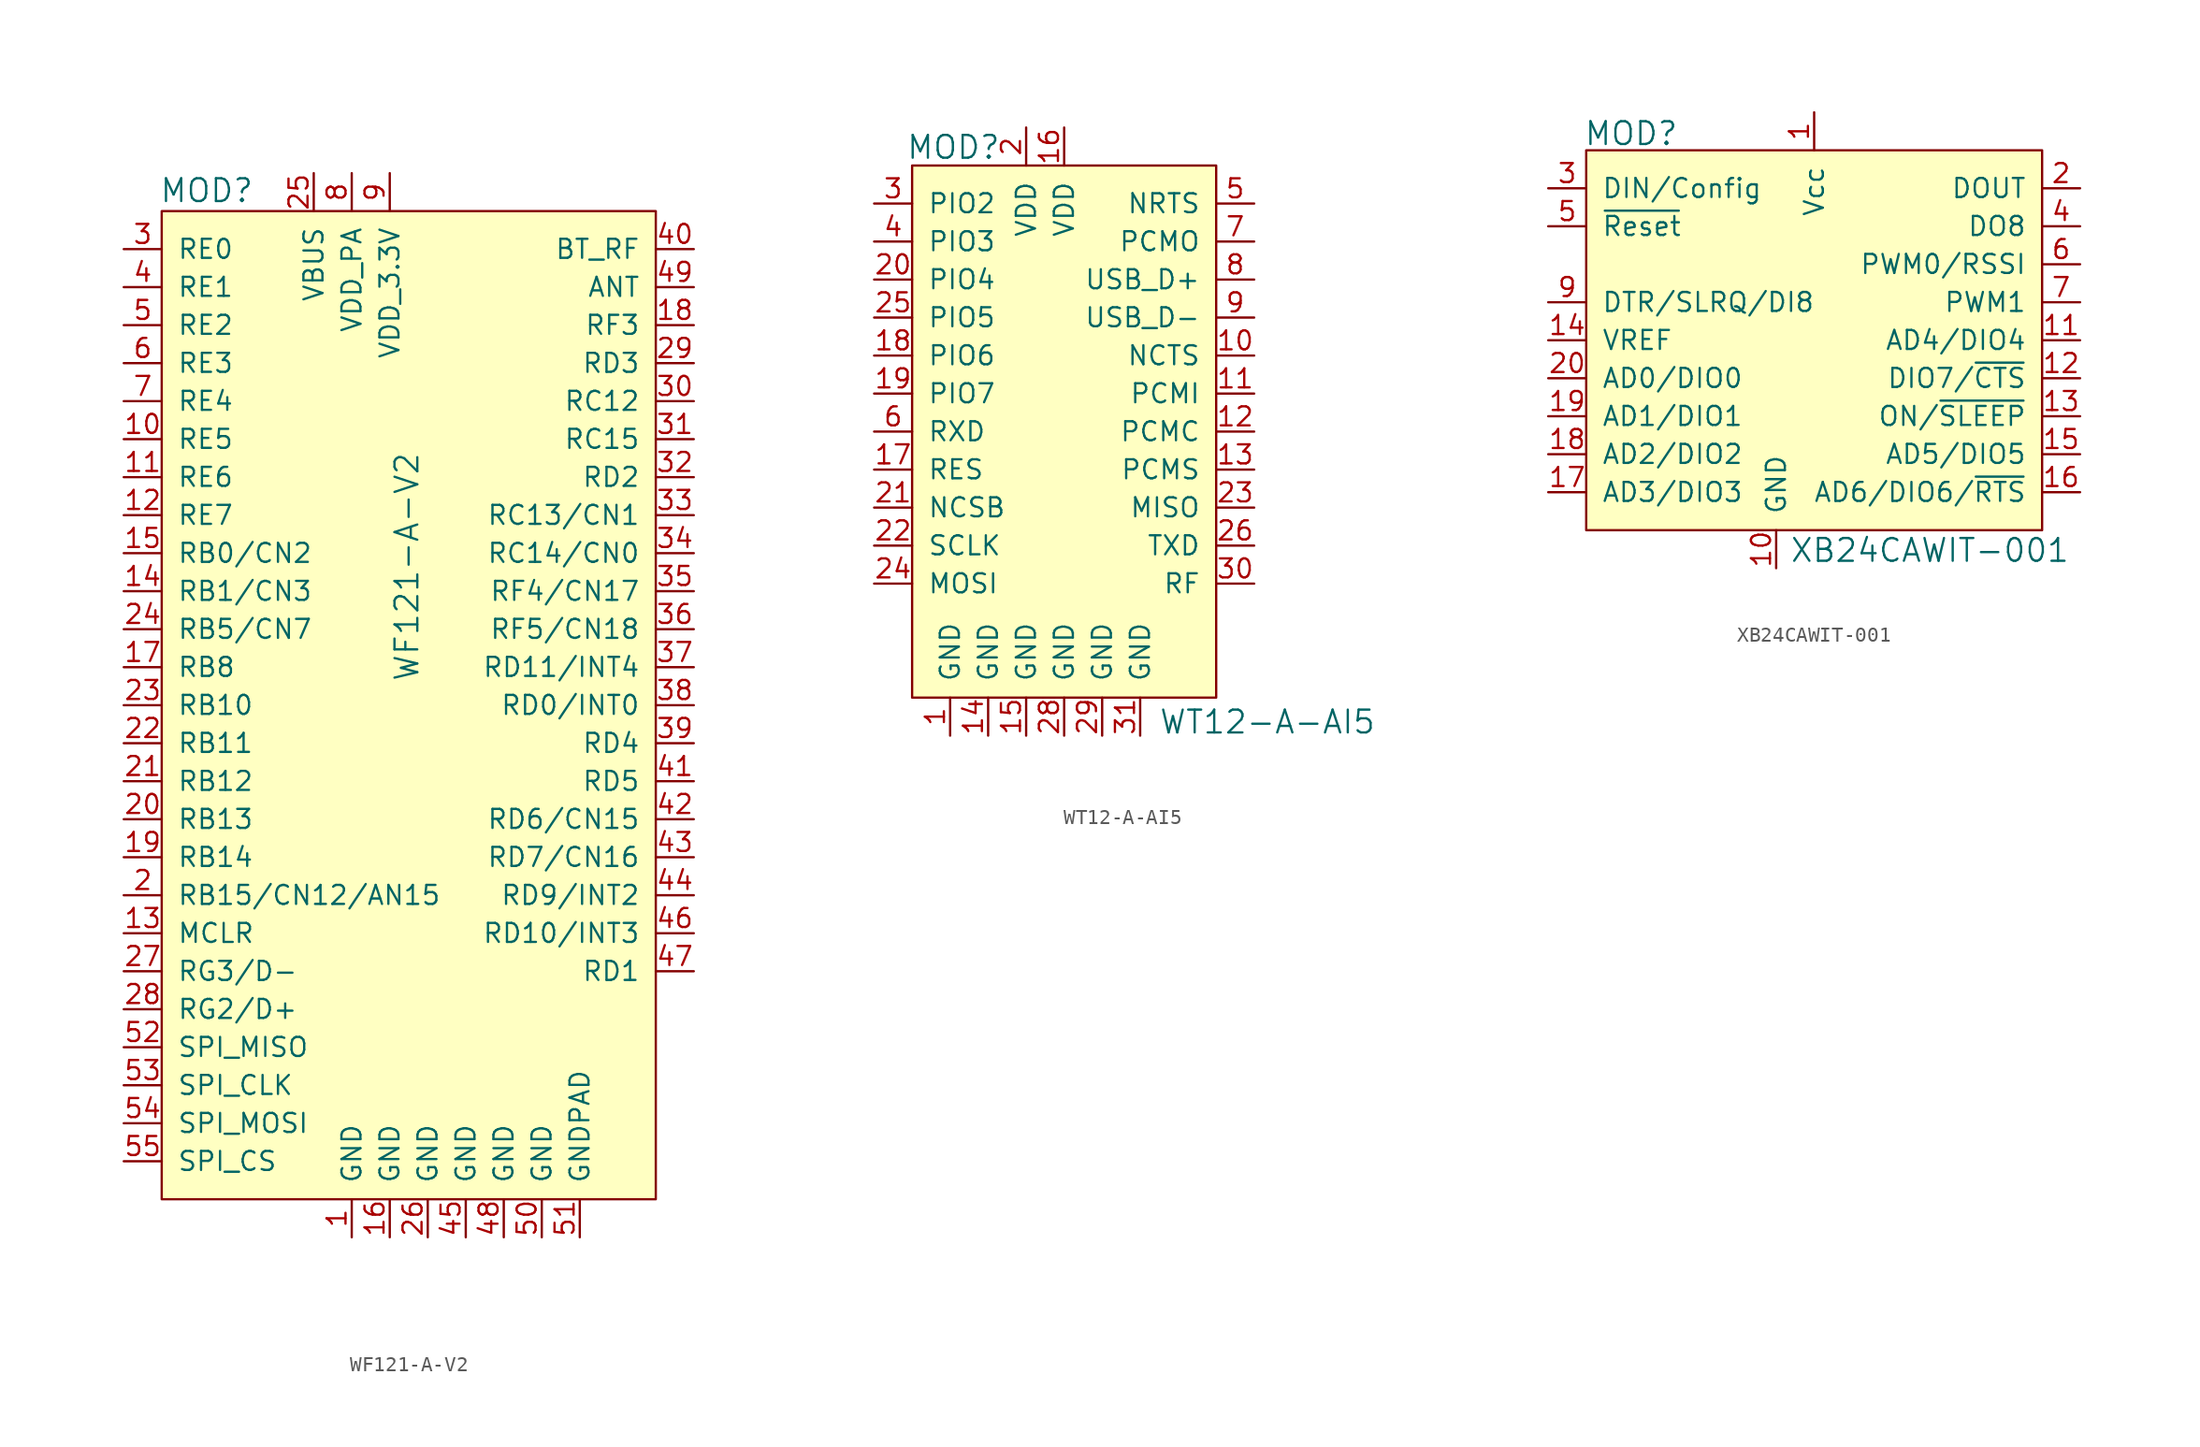
<source format=kicad_sym>
(kicad_symbol_lib
  (version 20231120)
  (generator "kicad_symbol_editor")
  (generator_version "8.0")
  (symbol "WF121-A-V2"
    (pin_names
      (offset 1.016))
    (property "Reference" "MOD"
      (at -15.418 16.612 0)
      (effects (font (size 1.524 1.524)) (justify left)))
    (property "Value" "WF121-A-V2"
      (at 1.143 -8.534 90)
      (effects (font (size 1.524 1.524))))
    (symbol "WF121-A-V2_0_1"
      (rectangle (start 17.78 15.24) (end -15.24 -50.8) (stroke (width 0) (type default)) (fill (type background))))
    (symbol "WF121-A-V2_1_0"
      (pin unspecified line (at -17.78 -40.64 0) (length 2.54) (name "SPI_MISO" (effects (font (size 1.27 1.27)))) (number "52" (effects (font (size 1.27 1.27)))))
      (pin unspecified line (at -17.78 -43.18 0) (length 2.54) (name "SPI_CLK" (effects (font (size 1.27 1.27)))) (number "53" (effects (font (size 1.27 1.27)))))
      (pin unspecified line (at -17.78 -45.72 0) (length 2.54) (name "SPI_MOSI" (effects (font (size 1.27 1.27)))) (number "54" (effects (font (size 1.27 1.27)))))
      (pin unspecified line (at -17.78 -48.26 0) (length 2.54) (name "SPI_CS" (effects (font (size 1.27 1.27)))) (number "55" (effects (font (size 1.27 1.27))))))
    (symbol "WF121-A-V2_1_1"
      (pin power_in line (at -2.54 -53.34 90) (length 2.54) (name "GND" (effects (font (size 1.27 1.27)))) (number "1" (effects (font (size 1.27 1.27)))))
      (pin bidirectional line (at -17.78 0 0) (length 2.54) (name "RE5" (effects (font (size 1.27 1.27)))) (number "10" (effects (font (size 1.27 1.27)))))
      (pin bidirectional line (at -17.78 -2.54 0) (length 2.54) (name "RE6" (effects (font (size 1.27 1.27)))) (number "11" (effects (font (size 1.27 1.27)))))
      (pin bidirectional line (at -17.78 -5.08 0) (length 2.54) (name "RE7" (effects (font (size 1.27 1.27)))) (number "12" (effects (font (size 1.27 1.27)))))
      (pin input line (at -17.78 -33.02 0) (length 2.54) (name "MCLR" (effects (font (size 1.27 1.27)))) (number "13" (effects (font (size 1.27 1.27)))))
      (pin bidirectional line (at -17.78 -10.16 0) (length 2.54) (name "RB1/CN3" (effects (font (size 1.27 1.27)))) (number "14" (effects (font (size 1.27 1.27)))))
      (pin bidirectional line (at -17.78 -7.62 0) (length 2.54) (name "RB0/CN2" (effects (font (size 1.27 1.27)))) (number "15" (effects (font (size 1.27 1.27)))))
      (pin power_in line (at 0 -53.34 90) (length 2.54) (name "GND" (effects (font (size 1.27 1.27)))) (number "16" (effects (font (size 1.27 1.27)))))
      (pin bidirectional line (at -17.78 -15.24 0) (length 2.54) (name "RB8" (effects (font (size 1.27 1.27)))) (number "17" (effects (font (size 1.27 1.27)))))
      (pin bidirectional line (at 20.32 7.62 180) (length 2.54) (name "RF3" (effects (font (size 1.27 1.27)))) (number "18" (effects (font (size 1.27 1.27)))))
      (pin bidirectional line (at -17.78 -27.94 0) (length 2.54) (name "RB14" (effects (font (size 1.27 1.27)))) (number "19" (effects (font (size 1.27 1.27)))))
      (pin bidirectional line (at -17.78 -30.48 0) (length 2.54) (name "RB15/CN12/AN15" (effects (font (size 1.27 1.27)))) (number "2" (effects (font (size 1.27 1.27)))))
      (pin bidirectional line (at -17.78 -25.4 0) (length 2.54) (name "RB13" (effects (font (size 1.27 1.27)))) (number "20" (effects (font (size 1.27 1.27)))))
      (pin bidirectional line (at -17.78 -22.86 0) (length 2.54) (name "RB12" (effects (font (size 1.27 1.27)))) (number "21" (effects (font (size 1.27 1.27)))))
      (pin bidirectional line (at -17.78 -20.32 0) (length 2.54) (name "RB11" (effects (font (size 1.27 1.27)))) (number "22" (effects (font (size 1.27 1.27)))))
      (pin bidirectional line (at -17.78 -17.78 0) (length 2.54) (name "RB10" (effects (font (size 1.27 1.27)))) (number "23" (effects (font (size 1.27 1.27)))))
      (pin bidirectional line (at -17.78 -12.7 0) (length 2.54) (name "RB5/CN7" (effects (font (size 1.27 1.27)))) (number "24" (effects (font (size 1.27 1.27)))))
      (pin power_in line (at -5.08 17.78 270) (length 2.54) (name "VBUS" (effects (font (size 1.27 1.27)))) (number "25" (effects (font (size 1.27 1.27)))))
      (pin power_in line (at 2.54 -53.34 90) (length 2.54) (name "GND" (effects (font (size 1.27 1.27)))) (number "26" (effects (font (size 1.27 1.27)))))
      (pin input line (at -17.78 -35.56 0) (length 2.54) (name "RG3/D-" (effects (font (size 1.27 1.27)))) (number "27" (effects (font (size 1.27 1.27)))))
      (pin input line (at -17.78 -38.1 0) (length 2.54) (name "RG2/D+" (effects (font (size 1.27 1.27)))) (number "28" (effects (font (size 1.27 1.27)))))
      (pin bidirectional line (at 20.32 5.08 180) (length 2.54) (name "RD3" (effects (font (size 1.27 1.27)))) (number "29" (effects (font (size 1.27 1.27)))))
      (pin bidirectional line (at -17.78 12.7 0) (length 2.54) (name "RE0" (effects (font (size 1.27 1.27)))) (number "3" (effects (font (size 1.27 1.27)))))
      (pin bidirectional line (at 20.32 2.54 180) (length 2.54) (name "RC12" (effects (font (size 1.27 1.27)))) (number "30" (effects (font (size 1.27 1.27)))))
      (pin bidirectional line (at 20.32 0 180) (length 2.54) (name "RC15" (effects (font (size 1.27 1.27)))) (number "31" (effects (font (size 1.27 1.27)))))
      (pin bidirectional line (at 20.32 -2.54 180) (length 2.54) (name "RD2" (effects (font (size 1.27 1.27)))) (number "32" (effects (font (size 1.27 1.27)))))
      (pin bidirectional line (at 20.32 -5.08 180) (length 2.54) (name "RC13/CN1" (effects (font (size 1.27 1.27)))) (number "33" (effects (font (size 1.27 1.27)))))
      (pin bidirectional line (at 20.32 -7.62 180) (length 2.54) (name "RC14/CN0" (effects (font (size 1.27 1.27)))) (number "34" (effects (font (size 1.27 1.27)))))
      (pin bidirectional line (at 20.32 -10.16 180) (length 2.54) (name "RF4/CN17" (effects (font (size 1.27 1.27)))) (number "35" (effects (font (size 1.27 1.27)))))
      (pin bidirectional line (at 20.32 -12.7 180) (length 2.54) (name "RF5/CN18" (effects (font (size 1.27 1.27)))) (number "36" (effects (font (size 1.27 1.27)))))
      (pin bidirectional line (at 20.32 -15.24 180) (length 2.54) (name "RD11/INT4" (effects (font (size 1.27 1.27)))) (number "37" (effects (font (size 1.27 1.27)))))
      (pin bidirectional line (at 20.32 -17.78 180) (length 2.54) (name "RD0/INT0" (effects (font (size 1.27 1.27)))) (number "38" (effects (font (size 1.27 1.27)))))
      (pin bidirectional line (at 20.32 -20.32 180) (length 2.54) (name "RD4" (effects (font (size 1.27 1.27)))) (number "39" (effects (font (size 1.27 1.27)))))
      (pin bidirectional line (at -17.78 10.16 0) (length 2.54) (name "RE1" (effects (font (size 1.27 1.27)))) (number "4" (effects (font (size 1.27 1.27)))))
      (pin bidirectional line (at 20.32 12.7 180) (length 2.54) (name "BT_RF" (effects (font (size 1.27 1.27)))) (number "40" (effects (font (size 1.27 1.27)))))
      (pin bidirectional line (at 20.32 -22.86 180) (length 2.54) (name "RD5" (effects (font (size 1.27 1.27)))) (number "41" (effects (font (size 1.27 1.27)))))
      (pin bidirectional line (at 20.32 -25.4 180) (length 2.54) (name "RD6/CN15" (effects (font (size 1.27 1.27)))) (number "42" (effects (font (size 1.27 1.27)))))
      (pin bidirectional line (at 20.32 -27.94 180) (length 2.54) (name "RD7/CN16" (effects (font (size 1.27 1.27)))) (number "43" (effects (font (size 1.27 1.27)))))
      (pin bidirectional line (at 20.32 -30.48 180) (length 2.54) (name "RD9/INT2" (effects (font (size 1.27 1.27)))) (number "44" (effects (font (size 1.27 1.27)))))
      (pin power_in line (at 5.08 -53.34 90) (length 2.54) (name "GND" (effects (font (size 1.27 1.27)))) (number "45" (effects (font (size 1.27 1.27)))))
      (pin bidirectional line (at 20.32 -33.02 180) (length 2.54) (name "RD10/INT3" (effects (font (size 1.27 1.27)))) (number "46" (effects (font (size 1.27 1.27)))))
      (pin bidirectional line (at 20.32 -35.56 180) (length 2.54) (name "RD1" (effects (font (size 1.27 1.27)))) (number "47" (effects (font (size 1.27 1.27)))))
      (pin power_in line (at 7.62 -53.34 90) (length 2.54) (name "GND" (effects (font (size 1.27 1.27)))) (number "48" (effects (font (size 1.27 1.27)))))
      (pin bidirectional line (at 20.32 10.16 180) (length 2.54) (name "ANT" (effects (font (size 1.27 1.27)))) (number "49" (effects (font (size 1.27 1.27)))))
      (pin bidirectional line (at -17.78 7.62 0) (length 2.54) (name "RE2" (effects (font (size 1.27 1.27)))) (number "5" (effects (font (size 1.27 1.27)))))
      (pin power_in line (at 10.16 -53.34 90) (length 2.54) (name "GND" (effects (font (size 1.27 1.27)))) (number "50" (effects (font (size 1.27 1.27)))))
      (pin power_in line (at 12.7 -53.34 90) (length 2.54) (name "GNDPAD" (effects (font (size 1.27 1.27)))) (number "51" (effects (font (size 1.27 1.27)))))
      (pin bidirectional line (at -17.78 5.08 0) (length 2.54) (name "RE3" (effects (font (size 1.27 1.27)))) (number "6" (effects (font (size 1.27 1.27)))))
      (pin bidirectional line (at -17.78 2.54 0) (length 2.54) (name "RE4" (effects (font (size 1.27 1.27)))) (number "7" (effects (font (size 1.27 1.27)))))
      (pin power_in line (at -2.54 17.78 270) (length 2.54) (name "VDD_PA" (effects (font (size 1.27 1.27)))) (number "8" (effects (font (size 1.27 1.27)))))
      (pin power_in line (at 0 17.78 270) (length 2.54) (name "VDD_3.3V" (effects (font (size 1.27 1.27)))) (number "9" (effects (font (size 1.27 1.27)))))))
  (symbol "WT12-A-AI5"
    (pin_names
      (offset 1.016))
    (property "Reference" "MOD"
      (at -1.676 16.459 0)
      (effects (font (size 1.524 1.524)) (justify right)))
    (property "Value" "WT12-A-AI5"
      (at 8.839 -21.946 0)
      (effects (font (size 1.524 1.524)) (justify left)))
    (symbol "WT12-A-AI5_0_1"
      (rectangle (start -7.62 15.24) (end 12.7 -20.32) (stroke (width 0) (type default)) (fill (type background))))
    (symbol "WT12-A-AI5_1_1"
      (pin power_in line (at -5.08 -22.86 90) (length 2.54) (name "GND" (effects (font (size 1.27 1.27)))) (number "1" (effects (font (size 1.27 1.27)))))
      (pin input line (at 15.24 2.54 180) (length 2.54) (name "NCTS" (effects (font (size 1.27 1.27)))) (number "10" (effects (font (size 1.27 1.27)))))
      (pin bidirectional line (at 15.24 0 180) (length 2.54) (name "PCMI" (effects (font (size 1.27 1.27)))) (number "11" (effects (font (size 1.27 1.27)))))
      (pin bidirectional line (at 15.24 -2.54 180) (length 2.54) (name "PCMC" (effects (font (size 1.27 1.27)))) (number "12" (effects (font (size 1.27 1.27)))))
      (pin bidirectional line (at 15.24 -5.08 180) (length 2.54) (name "PCMS" (effects (font (size 1.27 1.27)))) (number "13" (effects (font (size 1.27 1.27)))))
      (pin power_in line (at -2.54 -22.86 90) (length 2.54) (name "GND" (effects (font (size 1.27 1.27)))) (number "14" (effects (font (size 1.27 1.27)))))
      (pin power_in line (at 0 -22.86 90) (length 2.54) (name "GND" (effects (font (size 1.27 1.27)))) (number "15" (effects (font (size 1.27 1.27)))))
      (pin power_in line (at 2.54 17.78 270) (length 2.54) (name "VDD" (effects (font (size 1.27 1.27)))) (number "16" (effects (font (size 1.27 1.27)))))
      (pin input line (at -10.16 -5.08 0) (length 2.54) (name "RES" (effects (font (size 1.27 1.27)))) (number "17" (effects (font (size 1.27 1.27)))))
      (pin bidirectional line (at -10.16 2.54 0) (length 2.54) (name "PIO6" (effects (font (size 1.27 1.27)))) (number "18" (effects (font (size 1.27 1.27)))))
      (pin bidirectional line (at -10.16 0 0) (length 2.54) (name "PIO7" (effects (font (size 1.27 1.27)))) (number "19" (effects (font (size 1.27 1.27)))))
      (pin power_in line (at 0 17.78 270) (length 2.54) (name "VDD" (effects (font (size 1.27 1.27)))) (number "2" (effects (font (size 1.27 1.27)))))
      (pin bidirectional line (at -10.16 7.62 0) (length 2.54) (name "PIO4" (effects (font (size 1.27 1.27)))) (number "20" (effects (font (size 1.27 1.27)))))
      (pin input line (at -10.16 -7.62 0) (length 2.54) (name "NCSB" (effects (font (size 1.27 1.27)))) (number "21" (effects (font (size 1.27 1.27)))))
      (pin input line (at -10.16 -10.16 0) (length 2.54) (name "SCLK" (effects (font (size 1.27 1.27)))) (number "22" (effects (font (size 1.27 1.27)))))
      (pin output line (at 15.24 -7.62 180) (length 2.54) (name "MISO" (effects (font (size 1.27 1.27)))) (number "23" (effects (font (size 1.27 1.27)))))
      (pin input line (at -10.16 -12.7 0) (length 2.54) (name "MOSI" (effects (font (size 1.27 1.27)))) (number "24" (effects (font (size 1.27 1.27)))))
      (pin bidirectional line (at -10.16 5.08 0) (length 2.54) (name "PIO5" (effects (font (size 1.27 1.27)))) (number "25" (effects (font (size 1.27 1.27)))))
      (pin output line (at 15.24 -10.16 180) (length 2.54) (name "TXD" (effects (font (size 1.27 1.27)))) (number "26" (effects (font (size 1.27 1.27)))))
      (pin no_connect line (at 10.16 -20.32 90) (length 2.54) hide (name "NC" (effects (font (size 1.27 1.27)))) (number "27" (effects (font (size 1.27 1.27)))))
      (pin power_in line (at 2.54 -22.86 90) (length 2.54) (name "GND" (effects (font (size 1.27 1.27)))) (number "28" (effects (font (size 1.27 1.27)))))
      (pin power_in line (at 5.08 -22.86 90) (length 2.54) (name "GND" (effects (font (size 1.27 1.27)))) (number "29" (effects (font (size 1.27 1.27)))))
      (pin bidirectional line (at -10.16 12.7 0) (length 2.54) (name "PIO2" (effects (font (size 1.27 1.27)))) (number "3" (effects (font (size 1.27 1.27)))))
      (pin bidirectional line (at 15.24 -12.7 180) (length 2.54) (name "RF" (effects (font (size 1.27 1.27)))) (number "30" (effects (font (size 1.27 1.27)))))
      (pin power_in line (at 7.62 -22.86 90) (length 2.54) (name "GND" (effects (font (size 1.27 1.27)))) (number "31" (effects (font (size 1.27 1.27)))))
      (pin bidirectional line (at -10.16 10.16 0) (length 2.54) (name "PIO3" (effects (font (size 1.27 1.27)))) (number "4" (effects (font (size 1.27 1.27)))))
      (pin output line (at 15.24 12.7 180) (length 2.54) (name "NRTS" (effects (font (size 1.27 1.27)))) (number "5" (effects (font (size 1.27 1.27)))))
      (pin input line (at -10.16 -2.54 0) (length 2.54) (name "RXD" (effects (font (size 1.27 1.27)))) (number "6" (effects (font (size 1.27 1.27)))))
      (pin output line (at 15.24 10.16 180) (length 2.54) (name "PCMO" (effects (font (size 1.27 1.27)))) (number "7" (effects (font (size 1.27 1.27)))))
      (pin bidirectional line (at 15.24 7.62 180) (length 2.54) (name "USB_D+" (effects (font (size 1.27 1.27)))) (number "8" (effects (font (size 1.27 1.27)))))
      (pin bidirectional line (at 15.24 5.08 180) (length 2.54) (name "USB_D-" (effects (font (size 1.27 1.27)))) (number "9" (effects (font (size 1.27 1.27)))))))
  (symbol "XB24CAWIT-001"
    (pin_names
      (offset 1.016))
    (property "Reference" "MOD"
      (at -15.418 13.818 0)
      (effects (font (size 1.524 1.524)) (justify left)))
    (property "Value" "XB24CAWIT-001"
      (at -1.651 -14.046 0)
      (effects (font (size 1.524 1.524)) (justify left)))
    (symbol "XB24CAWIT-001_0_1"
      (rectangle (start -15.24 12.7) (end 15.24 -12.7) (stroke (width 0) (type default)) (fill (type background))))
    (symbol "XB24CAWIT-001_1_1"
      (pin power_in line (at 0 15.24 270) (length 2.54) (name "Vcc" (effects (font (size 1.27 1.27)))) (number "1" (effects (font (size 1.27 1.27)))))
      (pin power_in line (at -2.54 -15.24 90) (length 2.54) (name "GND" (effects (font (size 1.27 1.27)))) (number "10" (effects (font (size 1.27 1.27)))))
      (pin bidirectional line (at 17.78 0 180) (length 2.54) (name "AD4/DIO4" (effects (font (size 1.27 1.27)))) (number "11" (effects (font (size 1.27 1.27)))))
      (pin bidirectional line (at 17.78 -2.54 180) (length 2.54) (name "DIO7/~{CTS}" (effects (font (size 1.27 1.27)))) (number "12" (effects (font (size 1.27 1.27)))))
      (pin output line (at 17.78 -5.08 180) (length 2.54) (name "ON/~{SLEEP}" (effects (font (size 1.27 1.27)))) (number "13" (effects (font (size 1.27 1.27)))))
      (pin input line (at -17.78 0 0) (length 2.54) (name "VREF" (effects (font (size 1.27 1.27)))) (number "14" (effects (font (size 1.27 1.27)))))
      (pin bidirectional line (at 17.78 -7.62 180) (length 2.54) (name "AD5/DIO5" (effects (font (size 1.27 1.27)))) (number "15" (effects (font (size 1.27 1.27)))))
      (pin bidirectional line (at 17.78 -10.16 180) (length 2.54) (name "AD6/DIO6/~{RTS}" (effects (font (size 1.27 1.27)))) (number "16" (effects (font (size 1.27 1.27)))))
      (pin bidirectional line (at -17.78 -10.16 0) (length 2.54) (name "AD3/DIO3" (effects (font (size 1.27 1.27)))) (number "17" (effects (font (size 1.27 1.27)))))
      (pin bidirectional line (at -17.78 -7.62 0) (length 2.54) (name "AD2/DIO2" (effects (font (size 1.27 1.27)))) (number "18" (effects (font (size 1.27 1.27)))))
      (pin bidirectional line (at -17.78 -5.08 0) (length 2.54) (name "AD1/DIO1" (effects (font (size 1.27 1.27)))) (number "19" (effects (font (size 1.27 1.27)))))
      (pin output line (at 17.78 10.16 180) (length 2.54) (name "DOUT" (effects (font (size 1.27 1.27)))) (number "2" (effects (font (size 1.27 1.27)))))
      (pin bidirectional line (at -17.78 -2.54 0) (length 2.54) (name "AD0/DIO0" (effects (font (size 1.27 1.27)))) (number "20" (effects (font (size 1.27 1.27)))))
      (pin input line (at -17.78 10.16 0) (length 2.54) (name "DIN/Config" (effects (font (size 1.27 1.27)))) (number "3" (effects (font (size 1.27 1.27)))))
      (pin output line (at 17.78 7.62 180) (length 2.54) (name "DO8" (effects (font (size 1.27 1.27)))) (number "4" (effects (font (size 1.27 1.27)))))
      (pin input line (at -17.78 7.62 0) (length 2.54) (name "~{Reset}" (effects (font (size 1.27 1.27)))) (number "5" (effects (font (size 1.27 1.27)))))
      (pin output line (at 17.78 5.08 180) (length 2.54) (name "PWM0/RSSI" (effects (font (size 1.27 1.27)))) (number "6" (effects (font (size 1.27 1.27)))))
      (pin output line (at 17.78 2.54 180) (length 2.54) (name "PWM1" (effects (font (size 1.27 1.27)))) (number "7" (effects (font (size 1.27 1.27)))))
      (pin no_connect line (at -15.24 5.08 0) (length 2.54) hide (name "Reserved" (effects (font (size 1.27 1.27)))) (number "8" (effects (font (size 1.27 1.27)))))
      (pin input line (at -17.78 2.54 0) (length 2.54) (name "DTR/SLRQ/DI8" (effects (font (size 1.27 1.27)))) (number "9" (effects (font (size 1.27 1.27))))))))
</source>
